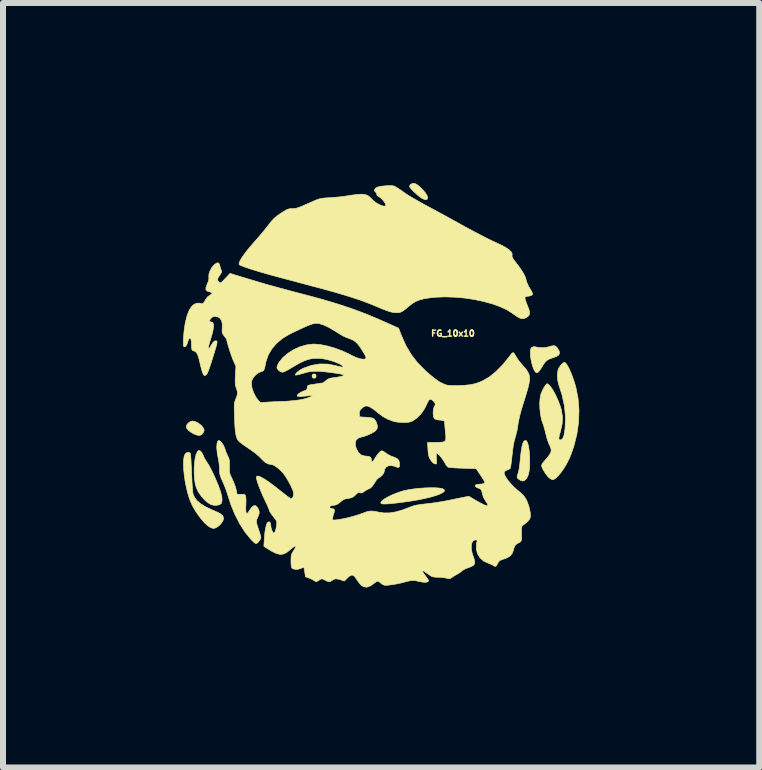
<source format=kicad_pcb>
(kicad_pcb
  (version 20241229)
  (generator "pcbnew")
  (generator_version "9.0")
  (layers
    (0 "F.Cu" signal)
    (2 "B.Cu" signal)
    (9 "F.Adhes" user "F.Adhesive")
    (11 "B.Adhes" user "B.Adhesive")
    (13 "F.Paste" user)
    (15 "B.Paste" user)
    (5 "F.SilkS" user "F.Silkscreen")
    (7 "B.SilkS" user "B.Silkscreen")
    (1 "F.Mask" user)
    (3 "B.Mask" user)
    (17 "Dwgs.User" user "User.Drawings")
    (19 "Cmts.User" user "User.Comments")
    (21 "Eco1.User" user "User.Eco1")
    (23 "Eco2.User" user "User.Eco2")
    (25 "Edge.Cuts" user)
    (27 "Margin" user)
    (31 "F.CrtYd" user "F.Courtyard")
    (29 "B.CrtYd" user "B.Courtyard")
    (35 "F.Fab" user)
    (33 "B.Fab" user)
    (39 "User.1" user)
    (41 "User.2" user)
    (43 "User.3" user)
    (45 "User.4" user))
  (footprint "FG_10x10"
    (layer "F.Cu")
    (at 3.254 4.437)
    (property "Reference" "FG_10x10" (at 1.245 -1.93 0) (layer "F.SilkS") (effects (font (size 0.1 0.1) (thickness 0.025))))
    (attr through_hole)
    (fp_poly (pts (xy -1.041 -1.244) (xy -1.035 -1.219) (xy -1.042 -1.193) (xy -1.064 -1.183) (xy -1.09 -1.188) (xy -1.1 -1.199) (xy -1.103 -1.231) (xy -1.088 -1.251) (xy -1.064 -1.255) (xy -1.041 -1.244)) (stroke (width 0.01) (type solid)) (fill yes) (layer "F.SilkS"))
    (fp_poly (pts (xy -3.049 -0.46) (xy -2.998 -0.435) (xy -2.952 -0.399) (xy -2.921 -0.363) (xy -2.905 -0.333) (xy -2.902 -0.311) (xy -2.911 -0.287) (xy -2.914 -0.282) (xy -2.94 -0.246) (xy -2.975 -0.23) (xy -3.02 -0.235) (xy -3.067 -0.252) (xy -3.121 -0.282) (xy -3.164 -0.316) (xy -3.192 -0.349) (xy -3.2 -0.374) (xy -3.189 -0.409) (xy -3.161 -0.441) (xy -3.124 -0.464) (xy -3.095 -0.47) (xy -3.049 -0.46)) (stroke (width 0.01) (type solid)) (fill yes) (layer "F.SilkS"))
    (fp_poly (pts (xy 0.625 -4.423) (xy 0.665 -4.397) (xy 0.708 -4.359) (xy 0.75 -4.316) (xy 0.787 -4.271) (xy 0.813 -4.229) (xy 0.823 -4.195) (xy 0.823 -4.189) (xy 0.813 -4.164) (xy 0.789 -4.158) (xy 0.75 -4.171) (xy 0.734 -4.179) (xy 0.699 -4.201) (xy 0.658 -4.234) (xy 0.615 -4.272) (xy 0.575 -4.31) (xy 0.543 -4.345) (xy 0.524 -4.372) (xy 0.521 -4.383) (xy 0.532 -4.408) (xy 0.56 -4.426) (xy 0.594 -4.432) (xy 0.625 -4.423)) (stroke (width 0.01) (type solid)) (fill yes) (layer "F.SilkS"))
    (fp_poly (pts (xy 2.47 -0.141) (xy 2.488 -0.11) (xy 2.503 -0.058) (xy 2.515 0.017) (xy 2.523 0.111) (xy 2.524 0.134) (xy 2.525 0.251) (xy 2.518 0.348) (xy 2.502 0.425) (xy 2.477 0.48) (xy 2.463 0.498) (xy 2.433 0.524) (xy 2.407 0.531) (xy 2.375 0.521) (xy 2.353 0.508) (xy 2.325 0.488) (xy 2.314 0.466) (xy 2.318 0.436) (xy 2.331 0.401) (xy 2.34 0.369) (xy 2.35 0.319) (xy 2.358 0.259) (xy 2.363 0.212) (xy 2.374 0.101) (xy 2.385 0.014) (xy 2.397 -0.052) (xy 2.409 -0.098) (xy 2.423 -0.127) (xy 2.425 -0.13) (xy 2.449 -0.147) (xy 2.47 -0.141)) (stroke (width 0.01) (type solid)) (fill yes) (layer "F.SilkS"))
    (fp_poly (pts (xy 0.945 0.642) (xy 1.013 0.647) (xy 1.063 0.655) (xy 1.083 0.663) (xy 1.104 0.681) (xy 1.101 0.701) (xy 1.076 0.723) (xy 1.031 0.746) (xy 0.967 0.77) (xy 0.887 0.794) (xy 0.79 0.818) (xy 0.681 0.841) (xy 0.559 0.862) (xy 0.426 0.881) (xy 0.318 0.895) (xy 0.226 0.905) (xy 0.157 0.911) (xy 0.107 0.913) (xy 0.073 0.912) (xy 0.053 0.907) (xy 0.043 0.899) (xy 0.045 0.88) (xy 0.068 0.855) (xy 0.107 0.826) (xy 0.161 0.795) (xy 0.224 0.764) (xy 0.294 0.735) (xy 0.367 0.709) (xy 0.427 0.691) (xy 0.503 0.675) (xy 0.59 0.662) (xy 0.682 0.652) (xy 0.775 0.645) (xy 0.864 0.642) (xy 0.945 0.642)) (stroke (width 0.01) (type solid)) (fill yes) (layer "F.SilkS"))
    (fp_poly (pts (xy 2.959 -1.715) (xy 2.983 -1.69) (xy 2.99 -1.68) (xy 3.016 -1.635) (xy 3.022 -1.599) (xy 3.007 -1.57) (xy 2.97 -1.545) (xy 2.909 -1.523) (xy 2.894 -1.518) (xy 2.849 -1.502) (xy 2.812 -1.481) (xy 2.78 -1.449) (xy 2.747 -1.402) (xy 2.72 -1.357) (xy 2.687 -1.307) (xy 2.661 -1.28) (xy 2.639 -1.274) (xy 2.617 -1.289) (xy 2.611 -1.298) (xy 2.589 -1.34) (xy 2.568 -1.4) (xy 2.551 -1.468) (xy 2.539 -1.537) (xy 2.535 -1.59) (xy 2.535 -1.639) (xy 2.539 -1.669) (xy 2.549 -1.687) (xy 2.559 -1.697) (xy 2.589 -1.709) (xy 2.61 -1.708) (xy 2.679 -1.695) (xy 2.752 -1.692) (xy 2.819 -1.701) (xy 2.839 -1.707) (xy 2.893 -1.722) (xy 2.931 -1.726) (xy 2.959 -1.715)) (stroke (width 0.01) (type solid)) (fill yes) (layer "F.SilkS"))
    (fp_poly (pts (xy -2.978 0.022) (xy -2.963 0.031) (xy -2.941 0.056) (xy -2.922 0.092) (xy -2.92 0.098) (xy -2.903 0.136) (xy -2.878 0.181) (xy -2.863 0.203) (xy -2.822 0.268) (xy -2.776 0.355) (xy -2.726 0.46) (xy -2.676 0.578) (xy -2.662 0.611) (xy -2.627 0.71) (xy -2.607 0.791) (xy -2.603 0.853) (xy -2.614 0.898) (xy -2.62 0.907) (xy -2.647 0.925) (xy -2.688 0.934) (xy -2.737 0.935) (xy -2.782 0.925) (xy -2.791 0.921) (xy -2.843 0.889) (xy -2.898 0.841) (xy -2.95 0.782) (xy -2.994 0.719) (xy -3.009 0.692) (xy -3.032 0.639) (xy -3.048 0.586) (xy -3.058 0.522) (xy -3.062 0.486) (xy -3.068 0.398) (xy -3.068 0.31) (xy -3.062 0.225) (xy -3.051 0.149) (xy -3.036 0.087) (xy -3.017 0.045) (xy -3.012 0.038) (xy -2.994 0.02) (xy -2.978 0.022)) (stroke (width 0.01) (type solid)) (fill yes) (layer "F.SilkS"))
    (fp_poly (pts (xy -3.14 0.06) (xy -3.131 0.073) (xy -3.127 0.092) (xy -3.124 0.132) (xy -3.12 0.19) (xy -3.117 0.261) (xy -3.113 0.343) (xy -3.111 0.394) (xy -3.107 0.482) (xy -3.103 0.564) (xy -3.098 0.637) (xy -3.093 0.695) (xy -3.088 0.734) (xy -3.086 0.746) (xy -3.062 0.803) (xy -3.022 0.856) (xy -2.965 0.905) (xy -2.888 0.954) (xy -2.788 1.002) (xy -2.729 1.028) (xy -2.662 1.058) (xy -2.617 1.085) (xy -2.59 1.113) (xy -2.579 1.143) (xy -2.578 1.156) (xy -2.589 1.193) (xy -2.616 1.235) (xy -2.654 1.274) (xy -2.695 1.304) (xy -2.735 1.319) (xy -2.746 1.32) (xy -2.768 1.315) (xy -2.8 1.303) (xy -2.8 1.303) (xy -2.843 1.275) (xy -2.893 1.229) (xy -2.946 1.169) (xy -3 1.098) (xy -3.051 1.022) (xy -3.096 0.944) (xy -3.112 0.91) (xy -3.144 0.833) (xy -3.172 0.743) (xy -3.196 0.645) (xy -3.217 0.544) (xy -3.232 0.442) (xy -3.242 0.345) (xy -3.246 0.256) (xy -3.244 0.18) (xy -3.235 0.119) (xy -3.22 0.082) (xy -3.195 0.059) (xy -3.165 0.051) (xy -3.14 0.06)) (stroke (width 0.01) (type solid)) (fill yes) (layer "F.SilkS"))
    (fp_poly (pts (xy -2.641 -0.139) (xy -2.61 -0.112) (xy -2.58 -0.066) (xy -2.556 -0.01) (xy -2.551 0.006) (xy -2.537 0.048) (xy -2.516 0.096) (xy -2.507 0.114) (xy -2.492 0.147) (xy -2.483 0.178) (xy -2.479 0.217) (xy -2.479 0.27) (xy -2.479 0.287) (xy -2.48 0.344) (xy -2.477 0.384) (xy -2.47 0.417) (xy -2.455 0.451) (xy -2.443 0.476) (xy -2.408 0.553) (xy -2.38 0.628) (xy -2.363 0.694) (xy -2.36 0.718) (xy -2.356 0.74) (xy -2.347 0.75) (xy -2.326 0.753) (xy -2.289 0.752) (xy -2.25 0.75) (xy -2.228 0.754) (xy -2.216 0.767) (xy -2.211 0.779) (xy -2.206 0.806) (xy -2.204 0.85) (xy -2.205 0.903) (xy -2.206 0.924) (xy -2.208 0.985) (xy -2.206 1.032) (xy -2.201 1.06) (xy -2.2 1.061) (xy -2.192 1.071) (xy -2.181 1.068) (xy -2.165 1.049) (xy -2.141 1.012) (xy -2.105 0.964) (xy -2.073 0.941) (xy -2.044 0.941) (xy -2.017 0.966) (xy -2.006 0.981) (xy -1.986 1.027) (xy -1.984 1.07) (xy -2.002 1.12) (xy -2.007 1.13) (xy -2.021 1.162) (xy -2.029 1.189) (xy -2.029 1.218) (xy -2.021 1.256) (xy -2.004 1.308) (xy -1.994 1.338) (xy -1.977 1.389) (xy -1.964 1.434) (xy -1.957 1.465) (xy -1.956 1.472) (xy -1.964 1.498) (xy -1.984 1.529) (xy -2.008 1.557) (xy -2.031 1.573) (xy -2.038 1.575) (xy -2.054 1.566) (xy -2.081 1.543) (xy -2.115 1.509) (xy -2.125 1.499) (xy -2.22 1.382) (xy -2.308 1.244) (xy -2.388 1.089) (xy -2.457 0.921) (xy -2.502 0.781) (xy -2.525 0.71) (xy -2.553 0.633) (xy -2.583 0.561) (xy -2.593 0.538) (xy -2.618 0.482) (xy -2.634 0.439) (xy -2.642 0.402) (xy -2.645 0.362) (xy -2.645 0.343) (xy -2.647 0.29) (xy -2.654 0.225) (xy -2.665 0.161) (xy -2.668 0.149) (xy -2.685 0.051) (xy -2.692 -0.032) (xy -2.687 -0.096) (xy -2.68 -0.12) (xy -2.668 -0.143) (xy -2.653 -0.145) (xy -2.641 -0.139)) (stroke (width 0.01) (type solid)) (fill yes) (layer "F.SilkS"))
    (fp_poly (pts (xy 3.124 -1.436) (xy 3.148 -1.403) (xy 3.176 -1.353) (xy 3.206 -1.288) (xy 3.236 -1.213) (xy 3.265 -1.13) (xy 3.291 -1.043) (xy 3.295 -1.026) (xy 3.331 -0.842) (xy 3.346 -0.649) (xy 3.339 -0.451) (xy 3.311 -0.251) (xy 3.261 -0.053) (xy 3.214 0.084) (xy 3.179 0.166) (xy 3.138 0.246) (xy 3.093 0.321) (xy 3.046 0.387) (xy 3.001 0.443) (xy 2.959 0.483) (xy 2.924 0.505) (xy 2.909 0.508) (xy 2.883 0.5) (xy 2.855 0.483) (xy 2.826 0.454) (xy 2.792 0.411) (xy 2.761 0.363) (xy 2.736 0.319) (xy 2.725 0.289) (xy 2.724 0.264) (xy 2.734 0.239) (xy 2.76 0.207) (xy 2.766 0.2) (xy 2.818 0.14) (xy 2.854 0.093) (xy 2.875 0.055) (xy 2.883 0.021) (xy 2.878 -0.014) (xy 2.862 -0.054) (xy 2.85 -0.078) (xy 2.832 -0.121) (xy 2.813 -0.178) (xy 2.797 -0.24) (xy 2.792 -0.258) (xy 2.778 -0.317) (xy 2.762 -0.374) (xy 2.748 -0.418) (xy 2.743 -0.429) (xy 2.72 -0.497) (xy 2.704 -0.581) (xy 2.694 -0.672) (xy 2.691 -0.763) (xy 2.697 -0.846) (xy 2.71 -0.914) (xy 2.712 -0.921) (xy 2.731 -0.967) (xy 2.754 -1.014) (xy 2.778 -1.054) (xy 2.8 -1.082) (xy 2.815 -1.092) (xy 2.838 -1.081) (xy 2.868 -1.049) (xy 2.901 -1.001) (xy 2.937 -0.941) (xy 2.971 -0.871) (xy 3.004 -0.797) (xy 3.032 -0.722) (xy 3.049 -0.667) (xy 3.069 -0.549) (xy 3.066 -0.428) (xy 3.038 -0.301) (xy 3.036 -0.292) (xy 3.018 -0.23) (xy 3.011 -0.188) (xy 3.013 -0.164) (xy 3.026 -0.154) (xy 3.038 -0.155) (xy 3.062 -0.165) (xy 3.081 -0.191) (xy 3.096 -0.236) (xy 3.107 -0.301) (xy 3.114 -0.351) (xy 3.121 -0.532) (xy 3.104 -0.719) (xy 3.062 -0.91) (xy 3.011 -1.067) (xy 2.992 -1.144) (xy 2.985 -1.227) (xy 2.993 -1.304) (xy 2.997 -1.321) (xy 3.013 -1.358) (xy 3.039 -1.395) (xy 3.067 -1.427) (xy 3.094 -1.446) (xy 3.104 -1.448) (xy 3.124 -1.436)) (stroke (width 0.01) (type solid)) (fill yes) (layer "F.SilkS"))
    (fp_poly (pts (xy 0.239 -4.392) (xy 0.264 -4.386) (xy 0.291 -4.373) (xy 0.325 -4.352) (xy 0.37 -4.322) (xy 0.43 -4.28) (xy 0.461 -4.258) (xy 0.501 -4.232) (xy 0.559 -4.197) (xy 0.629 -4.157) (xy 0.707 -4.112) (xy 0.789 -4.067) (xy 0.821 -4.05) (xy 0.914 -4) (xy 1.015 -3.945) (xy 1.117 -3.89) (xy 1.213 -3.837) (xy 1.294 -3.792) (xy 1.302 -3.788) (xy 1.436 -3.713) (xy 1.567 -3.643) (xy 1.691 -3.578) (xy 1.804 -3.519) (xy 1.904 -3.47) (xy 1.987 -3.432) (xy 2.011 -3.421) (xy 2.068 -3.394) (xy 2.124 -3.362) (xy 2.169 -3.332) (xy 2.18 -3.323) (xy 2.213 -3.292) (xy 2.229 -3.27) (xy 2.232 -3.248) (xy 2.23 -3.237) (xy 2.23 -3.214) (xy 2.238 -3.19) (xy 2.259 -3.157) (xy 2.287 -3.121) (xy 2.354 -3.033) (xy 2.404 -2.959) (xy 2.439 -2.897) (xy 2.459 -2.845) (xy 2.463 -2.828) (xy 2.478 -2.778) (xy 2.499 -2.728) (xy 2.508 -2.711) (xy 2.54 -2.659) (xy 2.56 -2.623) (xy 2.57 -2.6) (xy 2.573 -2.586) (xy 2.569 -2.577) (xy 2.565 -2.572) (xy 2.544 -2.56) (xy 2.509 -2.551) (xy 2.498 -2.55) (xy 2.464 -2.546) (xy 2.449 -2.537) (xy 2.446 -2.519) (xy 2.446 -2.515) (xy 2.452 -2.488) (xy 2.466 -2.447) (xy 2.485 -2.398) (xy 2.49 -2.386) (xy 2.514 -2.323) (xy 2.523 -2.275) (xy 2.517 -2.24) (xy 2.495 -2.212) (xy 2.473 -2.197) (xy 2.427 -2.176) (xy 2.385 -2.176) (xy 2.343 -2.193) (xy 2.312 -2.212) (xy 2.271 -2.24) (xy 2.241 -2.262) (xy 2.147 -2.322) (xy 2.031 -2.376) (xy 1.899 -2.423) (xy 1.753 -2.463) (xy 1.597 -2.496) (xy 1.436 -2.52) (xy 1.273 -2.534) (xy 1.111 -2.539) (xy 0.955 -2.533) (xy 0.86 -2.523) (xy 0.764 -2.508) (xy 0.687 -2.488) (xy 0.622 -2.461) (xy 0.562 -2.424) (xy 0.502 -2.376) (xy 0.447 -2.33) (xy 0.405 -2.3) (xy 0.367 -2.282) (xy 0.329 -2.275) (xy 0.284 -2.276) (xy 0.273 -2.276) (xy 0.235 -2.282) (xy 0.189 -2.294) (xy 0.133 -2.313) (xy 0.061 -2.341) (xy -0.013 -2.372) (xy -0.085 -2.402) (xy -0.155 -2.43) (xy -0.226 -2.457) (xy -0.298 -2.484) (xy -0.376 -2.51) (xy -0.46 -2.537) (xy -0.553 -2.566) (xy -0.657 -2.597) (xy -0.774 -2.63) (xy -0.906 -2.667) (xy -1.056 -2.707) (xy -1.225 -2.752) (xy -1.415 -2.803) (xy -1.505 -2.827) (xy -1.66 -2.868) (xy -1.802 -2.907) (xy -1.93 -2.943) (xy -2.043 -2.977) (xy -2.139 -3.007) (xy -2.216 -3.033) (xy -2.273 -3.054) (xy -2.308 -3.07) (xy -2.319 -3.079) (xy -2.318 -3.107) (xy -2.298 -3.152) (xy -2.261 -3.211) (xy -2.209 -3.283) (xy -2.14 -3.369) (xy -2.057 -3.465) (xy -2.033 -3.492) (xy -1.979 -3.553) (xy -1.923 -3.62) (xy -1.871 -3.684) (xy -1.829 -3.737) (xy -1.822 -3.746) (xy -1.774 -3.807) (xy -1.73 -3.853) (xy -1.681 -3.893) (xy -1.642 -3.92) (xy -1.585 -3.957) (xy -1.544 -3.982) (xy -1.513 -3.998) (xy -1.487 -4.006) (xy -1.46 -4.01) (xy -1.428 -4.01) (xy -1.404 -4.011) (xy -1.381 -4.014) (xy -1.354 -4.02) (xy -1.32 -4.031) (xy -1.277 -4.048) (xy -1.22 -4.073) (xy -1.145 -4.105) (xy -1.079 -4.135) (xy -1.033 -4.155) (xy -0.994 -4.169) (xy -0.956 -4.178) (xy -0.912 -4.185) (xy -0.854 -4.19) (xy -0.806 -4.192) (xy -0.73 -4.198) (xy -0.65 -4.205) (xy -0.577 -4.214) (xy -0.527 -4.221) (xy -0.425 -4.237) (xy -0.344 -4.247) (xy -0.281 -4.251) (xy -0.232 -4.247) (xy -0.193 -4.236) (xy -0.16 -4.218) (xy -0.129 -4.191) (xy -0.113 -4.174) (xy -0.076 -4.138) (xy -0.033 -4.106) (xy 0.013 -4.08) (xy 0.056 -4.061) (xy 0.093 -4.051) (xy 0.118 -4.053) (xy 0.127 -4.068) (xy 0.118 -4.094) (xy 0.096 -4.129) (xy 0.066 -4.164) (xy 0.035 -4.194) (xy 0.011 -4.208) (xy -0.018 -4.227) (xy -0.025 -4.25) (xy -0.033 -4.275) (xy -0.044 -4.284) (xy -0.06 -4.302) (xy -0.064 -4.317) (xy -0.051 -4.346) (xy -0.015 -4.368) (xy 0.046 -4.383) (xy 0.13 -4.391) (xy 0.14 -4.391) (xy 0.181 -4.393) (xy 0.213 -4.394) (xy 0.239 -4.392)) (stroke (width 0.01) (type solid)) (fill yes) (layer "F.SilkS"))
    (fp_poly (pts (xy -2.647 -3.084) (xy -2.641 -3.061) (xy -2.631 -3.021) (xy -2.617 -2.986) (xy -2.617 -2.986) (xy -2.609 -2.966) (xy -2.612 -2.947) (xy -2.628 -2.92) (xy -2.64 -2.902) (xy -2.668 -2.86) (xy -2.678 -2.831) (xy -2.672 -2.807) (xy -2.654 -2.787) (xy -2.641 -2.777) (xy -2.629 -2.774) (xy -2.614 -2.782) (xy -2.59 -2.804) (xy -2.555 -2.84) (xy -2.549 -2.847) (xy -2.47 -2.931) (xy -2.33 -2.887) (xy -1.853 -2.744) (xy -1.397 -2.621) (xy -1.175 -2.563) (xy -0.975 -2.509) (xy -0.793 -2.456) (xy -0.624 -2.404) (xy -0.466 -2.351) (xy -0.315 -2.296) (xy -0.167 -2.239) (xy -0.019 -2.177) (xy 0.127 -2.113) (xy 0.339 -2.018) (xy 0.387 -1.895) (xy 0.461 -1.728) (xy 0.549 -1.579) (xy 0.653 -1.444) (xy 0.778 -1.317) (xy 0.792 -1.304) (xy 0.863 -1.242) (xy 0.92 -1.194) (xy 0.968 -1.158) (xy 1.01 -1.129) (xy 1.053 -1.106) (xy 1.075 -1.095) (xy 1.107 -1.081) (xy 1.135 -1.071) (xy 1.166 -1.065) (xy 1.205 -1.062) (xy 1.258 -1.061) (xy 1.321 -1.061) (xy 1.435 -1.065) (xy 1.531 -1.075) (xy 1.616 -1.093) (xy 1.697 -1.121) (xy 1.748 -1.144) (xy 1.855 -1.207) (xy 1.963 -1.295) (xy 2.074 -1.407) (xy 2.185 -1.544) (xy 2.191 -1.552) (xy 2.219 -1.589) (xy 2.238 -1.608) (xy 2.254 -1.608) (xy 2.271 -1.589) (xy 2.295 -1.549) (xy 2.305 -1.531) (xy 2.331 -1.491) (xy 2.368 -1.443) (xy 2.409 -1.395) (xy 2.416 -1.388) (xy 2.459 -1.339) (xy 2.49 -1.295) (xy 2.511 -1.252) (xy 2.522 -1.206) (xy 2.522 -1.152) (xy 2.512 -1.088) (xy 2.493 -1.009) (xy 2.464 -0.912) (xy 2.451 -0.869) (xy 2.414 -0.753) (xy 2.385 -0.657) (xy 2.363 -0.576) (xy 2.347 -0.507) (xy 2.334 -0.444) (xy 2.325 -0.385) (xy 2.325 -0.381) (xy 2.314 -0.316) (xy 2.297 -0.245) (xy 2.281 -0.189) (xy 2.263 -0.124) (xy 2.248 -0.041) (xy 2.235 0.063) (xy 2.23 0.107) (xy 2.223 0.176) (xy 2.215 0.237) (xy 2.208 0.285) (xy 2.201 0.315) (xy 2.198 0.322) (xy 2.177 0.335) (xy 2.145 0.348) (xy 2.143 0.349) (xy 2.109 0.368) (xy 2.098 0.39) (xy 2.104 0.422) (xy 2.126 0.467) (xy 2.163 0.519) (xy 2.21 0.576) (xy 2.264 0.632) (xy 2.323 0.685) (xy 2.359 0.713) (xy 2.423 0.773) (xy 2.472 0.847) (xy 2.507 0.94) (xy 2.521 0.992) (xy 2.534 1.063) (xy 2.537 1.117) (xy 2.527 1.159) (xy 2.501 1.195) (xy 2.458 1.233) (xy 2.419 1.262) (xy 2.402 1.276) (xy 2.392 1.291) (xy 2.388 1.316) (xy 2.387 1.355) (xy 2.388 1.383) (xy 2.389 1.447) (xy 2.389 1.49) (xy 2.385 1.518) (xy 2.377 1.536) (xy 2.362 1.549) (xy 2.34 1.56) (xy 2.337 1.562) (xy 2.298 1.586) (xy 2.274 1.615) (xy 2.259 1.656) (xy 2.254 1.681) (xy 2.231 1.741) (xy 2.189 1.787) (xy 2.126 1.819) (xy 2.11 1.824) (xy 2.059 1.841) (xy 2.025 1.857) (xy 2.004 1.879) (xy 1.987 1.911) (xy 1.985 1.915) (xy 1.967 1.946) (xy 1.946 1.954) (xy 1.92 1.939) (xy 1.919 1.938) (xy 1.896 1.925) (xy 1.858 1.909) (xy 1.829 1.898) (xy 1.753 1.862) (xy 1.694 1.808) (xy 1.654 1.741) (xy 1.634 1.664) (xy 1.636 1.58) (xy 1.646 1.54) (xy 1.648 1.519) (xy 1.633 1.512) (xy 1.621 1.511) (xy 1.587 1.522) (xy 1.564 1.553) (xy 1.552 1.599) (xy 1.551 1.658) (xy 1.563 1.724) (xy 1.576 1.765) (xy 1.599 1.832) (xy 1.609 1.88) (xy 1.604 1.914) (xy 1.582 1.939) (xy 1.543 1.959) (xy 1.499 1.975) (xy 1.452 1.994) (xy 1.409 2.018) (xy 1.391 2.032) (xy 1.353 2.062) (xy 1.312 2.086) (xy 1.308 2.088) (xy 1.267 2.11) (xy 1.23 2.135) (xy 1.229 2.136) (xy 1.205 2.153) (xy 1.183 2.158) (xy 1.152 2.153) (xy 1.136 2.149) (xy 1.092 2.141) (xy 1.037 2.135) (xy 0.992 2.134) (xy 0.942 2.132) (xy 0.908 2.126) (xy 0.877 2.113) (xy 0.843 2.089) (xy 0.805 2.063) (xy 0.774 2.041) (xy 0.759 2.032) (xy 0.74 2.025) (xy 0.738 2.035) (xy 0.751 2.061) (xy 0.779 2.1) (xy 0.787 2.111) (xy 0.814 2.147) (xy 0.832 2.177) (xy 0.838 2.192) (xy 0.827 2.21) (xy 0.795 2.218) (xy 0.746 2.216) (xy 0.682 2.205) (xy 0.678 2.204) (xy 0.628 2.192) (xy 0.586 2.188) (xy 0.545 2.19) (xy 0.496 2.199) (xy 0.432 2.216) (xy 0.369 2.232) (xy 0.301 2.246) (xy 0.234 2.257) (xy 0.174 2.265) (xy 0.127 2.268) (xy 0.102 2.267) (xy 0.068 2.252) (xy 0.037 2.228) (xy 0.01 2.205) (xy -0.014 2.2) (xy -0.042 2.214) (xy -0.066 2.233) (xy -0.13 2.278) (xy -0.188 2.299) (xy -0.24 2.294) (xy -0.281 2.27) (xy -0.306 2.244) (xy -0.336 2.205) (xy -0.36 2.169) (xy -0.393 2.122) (xy -0.422 2.1) (xy -0.452 2.1) (xy -0.487 2.121) (xy -0.515 2.147) (xy -0.567 2.198) (xy -0.621 2.178) (xy -0.677 2.163) (xy -0.718 2.161) (xy -0.752 2.175) (xy -0.765 2.184) (xy -0.797 2.204) (xy -0.827 2.208) (xy -0.864 2.195) (xy -0.889 2.181) (xy -0.923 2.164) (xy -0.945 2.161) (xy -0.965 2.169) (xy -0.997 2.189) (xy -1.015 2.2) (xy -1.038 2.208) (xy -1.059 2.197) (xy -1.065 2.193) (xy -1.091 2.175) (xy -1.131 2.156) (xy -1.151 2.148) (xy -1.213 2.126) (xy -1.224 2.051) (xy -1.231 2.01) (xy -1.237 1.98) (xy -1.24 1.97) (xy -1.252 1.972) (xy -1.279 1.982) (xy -1.29 1.987) (xy -1.336 2.001) (xy -1.384 2.002) (xy -1.424 1.992) (xy -1.44 1.981) (xy -1.447 1.962) (xy -1.452 1.925) (xy -1.454 1.876) (xy -1.454 1.863) (xy -1.453 1.809) (xy -1.449 1.771) (xy -1.44 1.741) (xy -1.423 1.71) (xy -1.413 1.694) (xy -1.391 1.659) (xy -1.376 1.632) (xy -1.372 1.621) (xy -1.38 1.612) (xy -1.403 1.623) (xy -1.441 1.652) (xy -1.469 1.676) (xy -1.526 1.721) (xy -1.58 1.747) (xy -1.635 1.753) (xy -1.696 1.739) (xy -1.766 1.706) (xy -1.808 1.681) (xy -1.906 1.619) (xy -1.899 1.499) (xy -1.891 1.402) (xy -1.879 1.323) (xy -1.865 1.263) (xy -1.849 1.225) (xy -1.838 1.214) (xy -1.814 1.21) (xy -1.798 1.228) (xy -1.791 1.266) (xy -1.791 1.274) (xy -1.786 1.308) (xy -1.775 1.346) (xy -1.76 1.378) (xy -1.745 1.396) (xy -1.74 1.397) (xy -1.725 1.385) (xy -1.71 1.351) (xy -1.699 1.298) (xy -1.694 1.266) (xy -1.691 1.233) (xy -1.693 1.208) (xy -1.703 1.184) (xy -1.724 1.154) (xy -1.751 1.12) (xy -1.782 1.08) (xy -1.805 1.044) (xy -1.816 1.021) (xy -1.816 1.017) (xy -1.822 0.997) (xy -1.833 0.969) (xy -0.81 0.969) (xy -0.796 0.984) (xy -0.767 0.991) (xy -0.74 0.996) (xy -0.729 1.015) (xy -0.734 1.051) (xy -0.743 1.078) (xy -0.755 1.118) (xy -0.761 1.151) (xy -0.762 1.159) (xy -0.76 1.173) (xy -0.75 1.179) (xy -0.726 1.18) (xy -0.687 1.176) (xy -0.641 1.169) (xy -0.58 1.158) (xy -0.515 1.144) (xy -0.486 1.137) (xy -0.418 1.119) (xy -0.346 1.097) (xy -0.281 1.075) (xy -0.262 1.068) (xy -0.198 1.044) (xy -0.145 1.032) (xy -0.093 1.031) (xy -0.033 1.04) (xy 0.009 1.049) (xy 0.098 1.062) (xy 0.191 1.061) (xy 0.293 1.044) (xy 0.406 1.012) (xy 0.535 0.963) (xy 0.54 0.961) (xy 0.583 0.945) (xy 0.636 0.932) (xy 0.703 0.921) (xy 0.788 0.911) (xy 0.806 0.909) (xy 0.891 0.899) (xy 0.982 0.886) (xy 1.07 0.872) (xy 1.144 0.858) (xy 1.149 0.857) (xy 1.222 0.842) (xy 1.297 0.826) (xy 1.366 0.812) (xy 1.406 0.804) (xy 1.511 0.784) (xy 1.642 0.862) (xy 1.716 0.903) (xy 1.771 0.93) (xy 1.808 0.94) (xy 1.826 0.936) (xy 1.824 0.916) (xy 1.802 0.881) (xy 1.789 0.863) (xy 1.752 0.799) (xy 1.735 0.74) (xy 1.725 0.698) (xy 1.714 0.674) (xy 1.697 0.66) (xy 1.679 0.653) (xy 1.637 0.635) (xy 1.617 0.615) (xy 1.619 0.598) (xy 1.643 0.587) (xy 1.674 0.584) (xy 1.726 0.58) (xy 1.762 0.571) (xy 1.777 0.557) (xy 1.778 0.554) (xy 1.771 0.538) (xy 1.753 0.506) (xy 1.726 0.464) (xy 1.705 0.432) (xy 1.632 0.324) (xy 1.41 0.317) (xy 1.336 0.314) (xy 1.269 0.311) (xy 1.216 0.307) (xy 1.179 0.303) (xy 1.165 0.3) (xy 1.146 0.283) (xy 1.123 0.251) (xy 1.112 0.23) (xy 1.088 0.19) (xy 1.058 0.147) (xy 1.027 0.109) (xy 0.999 0.079) (xy 0.979 0.064) (xy 0.975 0.064) (xy 0.968 0.076) (xy 0.967 0.112) (xy 0.97 0.152) (xy 0.972 0.196) (xy 0.972 0.23) (xy 0.968 0.246) (xy 0.968 0.246) (xy 0.945 0.246) (xy 0.916 0.229) (xy 0.886 0.198) (xy 0.864 0.165) (xy 0.847 0.128) (xy 0.836 0.086) (xy 0.83 0.032) (xy 0.828 -0.003) (xy 0.822 -0.114) (xy 0.955 -0.114) (xy 1.026 -0.115) (xy 1.075 -0.119) (xy 1.106 -0.13) (xy 1.122 -0.152) (xy 1.127 -0.188) (xy 1.124 -0.244) (xy 1.119 -0.294) (xy 1.113 -0.354) (xy 1.109 -0.405) (xy 1.106 -0.443) (xy 1.105 -0.46) (xy 1.099 -0.472) (xy 1.077 -0.479) (xy 1.036 -0.485) (xy 1.027 -0.485) (xy 0.976 -0.492) (xy 0.945 -0.503) (xy 0.932 -0.515) (xy 0.92 -0.545) (xy 0.915 -0.59) (xy 0.916 -0.639) (xy 0.923 -0.682) (xy 0.933 -0.706) (xy 0.95 -0.738) (xy 0.946 -0.768) (xy 0.92 -0.801) (xy 0.914 -0.807) (xy 0.886 -0.829) (xy 0.863 -0.833) (xy 0.843 -0.817) (xy 0.822 -0.78) (xy 0.807 -0.746) (xy 0.763 -0.659) (xy 0.705 -0.581) (xy 0.639 -0.516) (xy 0.569 -0.47) (xy 0.542 -0.458) (xy 0.499 -0.449) (xy 0.44 -0.445) (xy 0.374 -0.447) (xy 0.309 -0.453) (xy 0.254 -0.465) (xy 0.253 -0.465) (xy 0.16 -0.499) (xy 0.076 -0.546) (xy -0.009 -0.609) (xy -0.014 -0.614) (xy -0.08 -0.667) (xy -0.133 -0.701) (xy -0.175 -0.719) (xy -0.212 -0.72) (xy -0.245 -0.705) (xy -0.275 -0.68) (xy -0.303 -0.649) (xy -0.314 -0.622) (xy -0.315 -0.588) (xy -0.315 -0.588) (xy -0.311 -0.54) (xy -0.202 -0.533) (xy -0.14 -0.528) (xy -0.098 -0.52) (xy -0.069 -0.505) (xy -0.049 -0.481) (xy -0.033 -0.452) (xy -0.014 -0.393) (xy -0.018 -0.345) (xy -0.043 -0.308) (xy -0.046 -0.306) (xy -0.095 -0.274) (xy -0.158 -0.243) (xy -0.223 -0.218) (xy -0.275 -0.204) (xy -0.332 -0.185) (xy -0.368 -0.153) (xy -0.383 -0.107) (xy -0.377 -0.048) (xy -0.362 -0.003) (xy -0.327 0.058) (xy -0.281 0.097) (xy -0.222 0.114) (xy -0.205 0.114) (xy -0.156 0.119) (xy -0.127 0.134) (xy -0.115 0.163) (xy -0.114 0.18) (xy -0.111 0.208) (xy -0.099 0.213) (xy -0.081 0.193) (xy -0.057 0.156) (xy -0.023 0.102) (xy 0.011 0.06) (xy 0.041 0.033) (xy 0.061 0.025) (xy 0.081 0.033) (xy 0.111 0.052) (xy 0.127 0.064) (xy 0.166 0.09) (xy 0.206 0.111) (xy 0.218 0.116) (xy 0.279 0.138) (xy 0.319 0.16) (xy 0.343 0.186) (xy 0.353 0.221) (xy 0.356 0.261) (xy 0.353 0.29) (xy 0.341 0.303) (xy 0.316 0.301) (xy 0.273 0.285) (xy 0.273 0.285) (xy 0.218 0.272) (xy 0.169 0.277) (xy 0.131 0.298) (xy 0.107 0.333) (xy 0.102 0.363) (xy 0.092 0.397) (xy 0.067 0.433) (xy 0.034 0.462) (xy 0.018 0.47) (xy -0.01 0.489) (xy -0.033 0.517) (xy -0.07 0.576) (xy -0.099 0.616) (xy -0.123 0.641) (xy -0.145 0.656) (xy -0.154 0.659) (xy -0.188 0.675) (xy -0.226 0.699) (xy -0.234 0.705) (xy -0.265 0.726) (xy -0.287 0.73) (xy -0.303 0.725) (xy -0.321 0.719) (xy -0.34 0.726) (xy -0.365 0.748) (xy -0.378 0.761) (xy -0.412 0.791) (xy -0.444 0.808) (xy -0.486 0.818) (xy -0.502 0.82) (xy -0.551 0.829) (xy -0.588 0.845) (xy -0.625 0.874) (xy -0.63 0.879) (xy -0.672 0.912) (xy -0.71 0.929) (xy -0.738 0.934) (xy -0.774 0.939) (xy -0.799 0.948) (xy -0.803 0.951) (xy -0.81 0.969) (xy -1.833 0.969) (xy -1.837 0.961) (xy -1.859 0.912) (xy -1.886 0.856) (xy -1.886 0.856) (xy -1.918 0.788) (xy -1.949 0.716) (xy -1.978 0.645) (xy -2.003 0.578) (xy -2.021 0.522) (xy -2.031 0.481) (xy -2.032 0.468) (xy -2.023 0.449) (xy -1.997 0.448) (xy -1.953 0.465) (xy -1.893 0.499) (xy -1.817 0.55) (xy -1.725 0.619) (xy -1.617 0.704) (xy -1.594 0.722) (xy -1.545 0.761) (xy -1.503 0.793) (xy -1.47 0.816) (xy -1.453 0.825) (xy -1.452 0.826) (xy -1.432 0.814) (xy -1.417 0.785) (xy -1.41 0.744) (xy -1.41 0.738) (xy -1.416 0.705) (xy -1.435 0.657) (xy -1.462 0.599) (xy -1.495 0.537) (xy -1.531 0.477) (xy -1.567 0.423) (xy -1.581 0.404) (xy -1.626 0.355) (xy -1.675 0.311) (xy -1.723 0.277) (xy -1.765 0.257) (xy -1.785 0.254) (xy -1.837 0.245) (xy -1.889 0.216) (xy -1.942 0.165) (xy -1.949 0.157) (xy -1.993 0.113) (xy -2.054 0.062) (xy -2.127 0.01) (xy -2.151 -0.007) (xy -2.207 -0.045) (xy -2.259 -0.081) (xy -2.299 -0.112) (xy -2.325 -0.134) (xy -2.326 -0.136) (xy -2.345 -0.162) (xy -2.361 -0.196) (xy -2.373 -0.243) (xy -2.382 -0.305) (xy -2.389 -0.384) (xy -2.394 -0.484) (xy -2.397 -0.546) (xy -2.399 -0.629) (xy -2.4 -0.691) (xy -2.399 -0.737) (xy -2.396 -0.77) (xy -2.39 -0.795) (xy -2.382 -0.817) (xy -2.382 -0.819) (xy -2.36 -0.873) (xy -2.348 -0.913) (xy -2.347 -0.947) (xy -2.354 -0.984) (xy -2.364 -1.013) (xy -2.375 -1.049) (xy -2.382 -1.082) (xy -2.382 -1.082) (xy -2.113 -1.082) (xy -2.102 -1.012) (xy -2.075 -0.937) (xy -2.036 -0.864) (xy -1.999 -0.814) (xy -1.973 -0.787) (xy -1.949 -0.778) (xy -1.925 -0.779) (xy -1.9 -0.782) (xy -1.854 -0.785) (xy -1.793 -0.788) (xy -1.722 -0.792) (xy -1.657 -0.794) (xy -1.509 -0.801) (xy -1.384 -0.812) (xy -1.281 -0.827) (xy -1.199 -0.847) (xy -1.137 -0.87) (xy -1.137 -0.87) (xy -1.073 -0.901) (xy -1.124 -0.895) (xy -1.211 -0.886) (xy -1.274 -0.88) (xy -1.318 -0.879) (xy -1.343 -0.882) (xy -1.351 -0.887) (xy -1.348 -0.902) (xy -1.327 -0.924) (xy -1.295 -0.946) (xy -1.258 -0.965) (xy -1.232 -0.974) (xy -1.201 -0.986) (xy -1.187 -1.005) (xy -1.184 -1.026) (xy -1.182 -1.043) (xy -1.178 -1.055) (xy -1.168 -1.063) (xy -1.148 -1.07) (xy -1.113 -1.077) (xy -1.06 -1.085) (xy -1.016 -1.092) (xy -0.972 -1.099) (xy -0.939 -1.103) (xy -0.924 -1.105) (xy -0.91 -1.113) (xy -0.885 -1.132) (xy -0.87 -1.144) (xy -0.843 -1.165) (xy -0.815 -1.179) (xy -0.777 -1.188) (xy -0.723 -1.195) (xy -0.663 -1.204) (xy -0.616 -1.214) (xy -0.585 -1.225) (xy -0.573 -1.235) (xy -0.574 -1.239) (xy -0.592 -1.246) (xy -0.629 -1.254) (xy -0.682 -1.263) (xy -0.745 -1.272) (xy -0.812 -1.281) (xy -0.88 -1.289) (xy -0.942 -1.295) (xy -0.994 -1.298) (xy -1.01 -1.299) (xy -1.079 -1.298) (xy -1.135 -1.293) (xy -1.189 -1.283) (xy -1.254 -1.264) (xy -1.254 -1.264) (xy -1.305 -1.249) (xy -1.347 -1.239) (xy -1.374 -1.235) (xy -1.38 -1.236) (xy -1.379 -1.251) (xy -1.361 -1.274) (xy -1.329 -1.301) (xy -1.29 -1.328) (xy -1.246 -1.351) (xy -1.246 -1.351) (xy -1.112 -1.398) (xy -0.976 -1.421) (xy -0.84 -1.419) (xy -0.707 -1.393) (xy -0.704 -1.392) (xy -0.656 -1.379) (xy -0.618 -1.371) (xy -0.595 -1.368) (xy -0.592 -1.369) (xy -0.587 -1.381) (xy -0.604 -1.398) (xy -0.637 -1.418) (xy -0.683 -1.439) (xy -0.739 -1.461) (xy -0.8 -1.48) (xy -0.863 -1.497) (xy -0.924 -1.508) (xy -0.938 -1.51) (xy -1.015 -1.516) (xy -1.087 -1.513) (xy -1.157 -1.499) (xy -1.231 -1.474) (xy -1.313 -1.435) (xy -1.407 -1.381) (xy -1.453 -1.353) (xy -1.503 -1.324) (xy -1.548 -1.3) (xy -1.581 -1.286) (xy -1.594 -1.283) (xy -1.629 -1.292) (xy -1.661 -1.315) (xy -1.684 -1.344) (xy -1.689 -1.364) (xy -1.682 -1.39) (xy -1.666 -1.427) (xy -1.653 -1.449) (xy -1.591 -1.526) (xy -1.509 -1.597) (xy -1.412 -1.658) (xy -1.308 -1.706) (xy -1.2 -1.738) (xy -1.094 -1.752) (xy -1.077 -1.753) (xy -0.972 -1.745) (xy -0.854 -1.722) (xy -0.729 -1.687) (xy -0.603 -1.64) (xy -0.482 -1.585) (xy -0.451 -1.568) (xy -0.374 -1.531) (xy -0.31 -1.509) (xy -0.284 -1.504) (xy -0.239 -1.501) (xy -0.213 -1.505) (xy -0.203 -1.519) (xy -0.209 -1.546) (xy -0.231 -1.588) (xy -0.258 -1.633) (xy -0.303 -1.703) (xy -0.342 -1.754) (xy -0.378 -1.79) (xy -0.416 -1.816) (xy -0.461 -1.836) (xy -0.471 -1.84) (xy -0.523 -1.859) (xy -0.57 -1.879) (xy -0.617 -1.905) (xy -0.673 -1.939) (xy -0.712 -1.964) (xy -0.818 -2.027) (xy -0.91 -2.07) (xy -0.986 -2.094) (xy -1.029 -2.098) (xy -1.054 -2.097) (xy -1.084 -2.091) (xy -1.121 -2.079) (xy -1.168 -2.062) (xy -1.227 -2.036) (xy -1.301 -2.002) (xy -1.393 -1.959) (xy -1.473 -1.92) (xy -1.592 -1.85) (xy -1.693 -1.766) (xy -1.775 -1.67) (xy -1.836 -1.564) (xy -1.874 -1.449) (xy -1.881 -1.416) (xy -1.891 -1.361) (xy -1.902 -1.327) (xy -1.916 -1.306) (xy -1.937 -1.296) (xy -1.956 -1.291) (xy -1.998 -1.273) (xy -2.043 -1.238) (xy -2.081 -1.195) (xy -2.106 -1.15) (xy -2.108 -1.143) (xy -2.113 -1.082) (xy -2.382 -1.082) (xy -2.384 -1.121) (xy -2.384 -1.172) (xy -2.381 -1.233) (xy -2.372 -1.381) (xy -2.418 -1.484) (xy -2.434 -1.525) (xy -2.453 -1.578) (xy -2.474 -1.639) (xy -2.493 -1.7) (xy -2.509 -1.756) (xy -2.521 -1.801) (xy -2.527 -1.83) (xy -2.527 -1.833) (xy -2.535 -1.845) (xy -2.553 -1.87) (xy -2.567 -1.887) (xy -2.588 -1.916) (xy -2.599 -1.94) (xy -2.603 -1.97) (xy -2.601 -2.014) (xy -2.6 -2.021) (xy -2.6 -2.093) (xy -2.612 -2.146) (xy -2.638 -2.183) (xy -2.672 -2.204) (xy -2.724 -2.214) (xy -2.768 -2.201) (xy -2.799 -2.17) (xy -2.812 -2.141) (xy -2.804 -2.125) (xy -2.782 -2.121) (xy -2.757 -2.11) (xy -2.744 -2.079) (xy -2.746 -2.026) (xy -2.76 -1.951) (xy -2.788 -1.855) (xy -2.788 -1.853) (xy -2.81 -1.783) (xy -2.824 -1.729) (xy -2.829 -1.693) (xy -2.828 -1.676) (xy -2.818 -1.679) (xy -2.8 -1.705) (xy -2.79 -1.724) (xy -2.758 -1.776) (xy -2.727 -1.804) (xy -2.699 -1.807) (xy -2.692 -1.803) (xy -2.687 -1.795) (xy -2.687 -1.779) (xy -2.692 -1.75) (xy -2.703 -1.706) (xy -2.722 -1.643) (xy -2.742 -1.579) (xy -2.772 -1.482) (xy -2.796 -1.406) (xy -2.816 -1.349) (xy -2.831 -1.308) (xy -2.843 -1.278) (xy -2.853 -1.258) (xy -2.863 -1.245) (xy -2.87 -1.239) (xy -2.888 -1.226) (xy -2.903 -1.233) (xy -2.912 -1.241) (xy -2.922 -1.262) (xy -2.936 -1.302) (xy -2.951 -1.355) (xy -2.964 -1.407) (xy -2.982 -1.485) (xy -2.998 -1.543) (xy -3.013 -1.583) (xy -3.03 -1.61) (xy -3.051 -1.628) (xy -3.078 -1.64) (xy -3.089 -1.643) (xy -3.101 -1.652) (xy -3.108 -1.67) (xy -3.111 -1.706) (xy -3.112 -1.736) (xy -3.115 -1.796) (xy -3.123 -1.835) (xy -3.135 -1.853) (xy -3.15 -1.848) (xy -3.165 -1.82) (xy -3.176 -1.784) (xy -3.193 -1.737) (xy -3.213 -1.71) (xy -3.235 -1.707) (xy -3.24 -1.709) (xy -3.246 -1.726) (xy -3.249 -1.763) (xy -3.248 -1.816) (xy -3.244 -1.879) (xy -3.238 -1.949) (xy -3.23 -2.021) (xy -3.219 -2.089) (xy -3.213 -2.12) (xy -3.185 -2.231) (xy -3.151 -2.317) (xy -3.11 -2.379) (xy -3.081 -2.406) (xy -3.042 -2.429) (xy -3 -2.436) (xy -2.947 -2.428) (xy -2.934 -2.425) (xy -2.917 -2.432) (xy -2.894 -2.463) (xy -2.884 -2.483) (xy -2.85 -2.534) (xy -2.812 -2.563) (xy -2.81 -2.565) (xy -2.778 -2.584) (xy -2.771 -2.602) (xy -2.789 -2.617) (xy -2.813 -2.623) (xy -2.853 -2.636) (xy -2.872 -2.658) (xy -2.872 -2.693) (xy -2.855 -2.743) (xy -2.851 -2.752) (xy -2.83 -2.803) (xy -2.822 -2.843) (xy -2.824 -2.87) (xy -2.822 -2.918) (xy -2.803 -2.974) (xy -2.773 -3.029) (xy -2.734 -3.075) (xy -2.728 -3.08) (xy -2.691 -3.104) (xy -2.664 -3.106) (xy -2.647 -3.084)) (stroke (width 0.01) (type solid)) (fill yes) (layer "F.SilkS")))
  (gr_rect
    (start -3 -3)
    (end 9.604 9.741)
    (stroke (width 0.1) (type default))
    (fill no)
    (layer "Edge.Cuts")))
</source>
